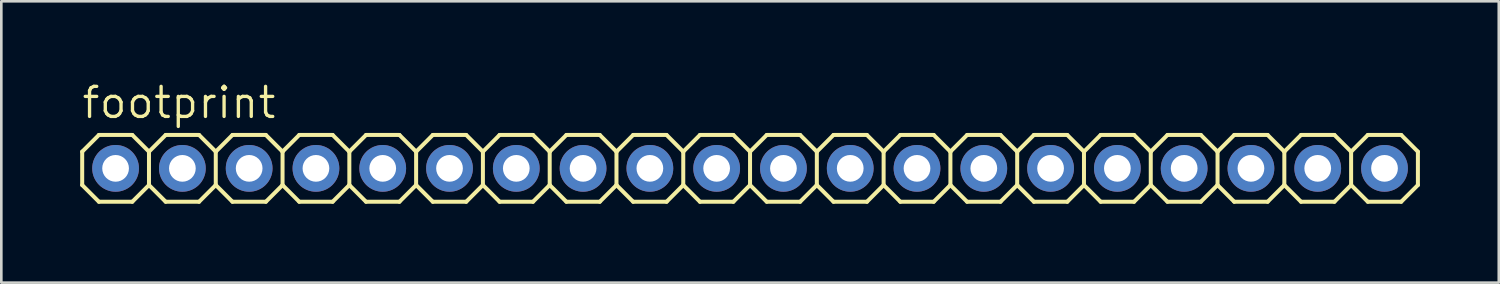
<source format=kicad_pcb>
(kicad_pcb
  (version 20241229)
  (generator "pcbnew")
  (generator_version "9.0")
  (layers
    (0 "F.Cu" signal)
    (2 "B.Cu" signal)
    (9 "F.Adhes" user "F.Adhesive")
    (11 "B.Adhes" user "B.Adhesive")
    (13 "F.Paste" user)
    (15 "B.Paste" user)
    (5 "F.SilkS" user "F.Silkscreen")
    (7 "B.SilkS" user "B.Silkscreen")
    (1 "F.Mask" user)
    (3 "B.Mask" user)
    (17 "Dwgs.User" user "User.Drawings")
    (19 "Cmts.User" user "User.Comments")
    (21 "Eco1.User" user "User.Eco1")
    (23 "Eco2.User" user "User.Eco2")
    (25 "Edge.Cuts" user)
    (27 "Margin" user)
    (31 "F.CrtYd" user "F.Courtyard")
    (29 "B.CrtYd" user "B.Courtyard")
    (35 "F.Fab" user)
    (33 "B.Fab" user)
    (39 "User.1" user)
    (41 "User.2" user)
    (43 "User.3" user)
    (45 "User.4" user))
  (footprint "footprint"
    (layer "F.Cu")
    (at 25.476 3.353)
    (property "Reference" "footprint" (at -25.476 -1.829 0) (layer "F.SilkS") (effects (font (size 1.143 1.143) (thickness 0.127)) (justify left bottom)))
    (fp_line (start -25.4 -0.635) (end -25.4 0.635) (stroke (width 0.152) (type solid)) (layer "F.SilkS"))
    (fp_line (start -25.4 0.635) (end -24.765 1.27) (stroke (width 0.152) (type solid)) (layer "F.SilkS"))
    (fp_line (start -24.765 -1.27) (end -25.4 -0.635) (stroke (width 0.152) (type solid)) (layer "F.SilkS"))
    (fp_line (start -24.765 -1.27) (end -23.495 -1.27) (stroke (width 0.152) (type solid)) (layer "F.SilkS"))
    (fp_line (start -23.495 -1.27) (end -22.86 -0.635) (stroke (width 0.152) (type solid)) (layer "F.SilkS"))
    (fp_line (start -23.495 1.27) (end -24.765 1.27) (stroke (width 0.152) (type solid)) (layer "F.SilkS"))
    (fp_line (start -22.86 -0.635) (end -22.86 0.635) (stroke (width 0.152) (type solid)) (layer "F.SilkS"))
    (fp_line (start -22.86 -0.635) (end -22.225 -1.27) (stroke (width 0.152) (type solid)) (layer "F.SilkS"))
    (fp_line (start -22.86 0.635) (end -23.495 1.27) (stroke (width 0.152) (type solid)) (layer "F.SilkS"))
    (fp_line (start -22.225 -1.27) (end -20.955 -1.27) (stroke (width 0.152) (type solid)) (layer "F.SilkS"))
    (fp_line (start -22.225 1.27) (end -22.86 0.635) (stroke (width 0.152) (type solid)) (layer "F.SilkS"))
    (fp_line (start -20.955 -1.27) (end -20.32 -0.635) (stroke (width 0.152) (type solid)) (layer "F.SilkS"))
    (fp_line (start -20.955 1.27) (end -22.225 1.27) (stroke (width 0.152) (type solid)) (layer "F.SilkS"))
    (fp_line (start -20.32 -0.635) (end -20.32 0.635) (stroke (width 0.152) (type solid)) (layer "F.SilkS"))
    (fp_line (start -20.32 -0.635) (end -19.685 -1.27) (stroke (width 0.152) (type solid)) (layer "F.SilkS"))
    (fp_line (start -20.32 0.635) (end -20.955 1.27) (stroke (width 0.152) (type solid)) (layer "F.SilkS"))
    (fp_line (start -19.685 -1.27) (end -18.415 -1.27) (stroke (width 0.152) (type solid)) (layer "F.SilkS"))
    (fp_line (start -19.685 1.27) (end -20.32 0.635) (stroke (width 0.152) (type solid)) (layer "F.SilkS"))
    (fp_line (start -18.415 -1.27) (end -17.78 -0.635) (stroke (width 0.152) (type solid)) (layer "F.SilkS"))
    (fp_line (start -18.415 1.27) (end -19.685 1.27) (stroke (width 0.152) (type solid)) (layer "F.SilkS"))
    (fp_line (start -17.78 -0.635) (end -17.78 0.635) (stroke (width 0.152) (type solid)) (layer "F.SilkS"))
    (fp_line (start -17.78 0.635) (end -18.415 1.27) (stroke (width 0.152) (type solid)) (layer "F.SilkS"))
    (fp_line (start -17.78 0.635) (end -17.145 1.27) (stroke (width 0.152) (type solid)) (layer "F.SilkS"))
    (fp_line (start -17.145 -1.27) (end -17.78 -0.635) (stroke (width 0.152) (type solid)) (layer "F.SilkS"))
    (fp_line (start -17.145 -1.27) (end -15.875 -1.27) (stroke (width 0.152) (type solid)) (layer "F.SilkS"))
    (fp_line (start -15.875 -1.27) (end -15.24 -0.635) (stroke (width 0.152) (type solid)) (layer "F.SilkS"))
    (fp_line (start -15.875 1.27) (end -17.145 1.27) (stroke (width 0.152) (type solid)) (layer "F.SilkS"))
    (fp_line (start -15.24 -0.635) (end -15.24 0.635) (stroke (width 0.152) (type solid)) (layer "F.SilkS"))
    (fp_line (start -15.24 -0.635) (end -14.605 -1.27) (stroke (width 0.152) (type solid)) (layer "F.SilkS"))
    (fp_line (start -15.24 0.635) (end -15.875 1.27) (stroke (width 0.152) (type solid)) (layer "F.SilkS"))
    (fp_line (start -14.605 -1.27) (end -13.335 -1.27) (stroke (width 0.152) (type solid)) (layer "F.SilkS"))
    (fp_line (start -14.605 1.27) (end -15.24 0.635) (stroke (width 0.152) (type solid)) (layer "F.SilkS"))
    (fp_line (start -13.335 -1.27) (end -12.7 -0.635) (stroke (width 0.152) (type solid)) (layer "F.SilkS"))
    (fp_line (start -13.335 1.27) (end -14.605 1.27) (stroke (width 0.152) (type solid)) (layer "F.SilkS"))
    (fp_line (start -12.7 -0.635) (end -12.7 0.635) (stroke (width 0.152) (type solid)) (layer "F.SilkS"))
    (fp_line (start -12.7 -0.635) (end -12.065 -1.27) (stroke (width 0.152) (type solid)) (layer "F.SilkS"))
    (fp_line (start -12.7 0.635) (end -13.335 1.27) (stroke (width 0.152) (type solid)) (layer "F.SilkS"))
    (fp_line (start -12.065 -1.27) (end -10.795 -1.27) (stroke (width 0.152) (type solid)) (layer "F.SilkS"))
    (fp_line (start -12.065 1.27) (end -12.7 0.635) (stroke (width 0.152) (type solid)) (layer "F.SilkS"))
    (fp_line (start -10.795 -1.27) (end -10.16 -0.635) (stroke (width 0.152) (type solid)) (layer "F.SilkS"))
    (fp_line (start -10.795 1.27) (end -12.065 1.27) (stroke (width 0.152) (type solid)) (layer "F.SilkS"))
    (fp_line (start -10.16 -0.635) (end -10.16 0.635) (stroke (width 0.152) (type solid)) (layer "F.SilkS"))
    (fp_line (start -10.16 0.635) (end -10.795 1.27) (stroke (width 0.152) (type solid)) (layer "F.SilkS"))
    (fp_line (start -10.16 0.635) (end -9.525 1.27) (stroke (width 0.152) (type solid)) (layer "F.SilkS"))
    (fp_line (start -9.525 -1.27) (end -10.16 -0.635) (stroke (width 0.152) (type solid)) (layer "F.SilkS"))
    (fp_line (start -9.525 -1.27) (end -8.255 -1.27) (stroke (width 0.152) (type solid)) (layer "F.SilkS"))
    (fp_line (start -8.255 -1.27) (end -7.62 -0.635) (stroke (width 0.152) (type solid)) (layer "F.SilkS"))
    (fp_line (start -8.255 1.27) (end -9.525 1.27) (stroke (width 0.152) (type solid)) (layer "F.SilkS"))
    (fp_line (start -7.62 -0.635) (end -7.62 0.635) (stroke (width 0.152) (type solid)) (layer "F.SilkS"))
    (fp_line (start -7.62 -0.635) (end -6.985 -1.27) (stroke (width 0.152) (type solid)) (layer "F.SilkS"))
    (fp_line (start -7.62 0.635) (end -8.255 1.27) (stroke (width 0.152) (type solid)) (layer "F.SilkS"))
    (fp_line (start -6.985 -1.27) (end -5.715 -1.27) (stroke (width 0.152) (type solid)) (layer "F.SilkS"))
    (fp_line (start -6.985 1.27) (end -7.62 0.635) (stroke (width 0.152) (type solid)) (layer "F.SilkS"))
    (fp_line (start -5.715 -1.27) (end -5.08 -0.635) (stroke (width 0.152) (type solid)) (layer "F.SilkS"))
    (fp_line (start -5.715 1.27) (end -6.985 1.27) (stroke (width 0.152) (type solid)) (layer "F.SilkS"))
    (fp_line (start -5.08 -0.635) (end -5.08 0.635) (stroke (width 0.152) (type solid)) (layer "F.SilkS"))
    (fp_line (start -5.08 -0.635) (end -4.445 -1.27) (stroke (width 0.152) (type solid)) (layer "F.SilkS"))
    (fp_line (start -5.08 0.635) (end -5.715 1.27) (stroke (width 0.152) (type solid)) (layer "F.SilkS"))
    (fp_line (start -4.445 -1.27) (end -3.175 -1.27) (stroke (width 0.152) (type solid)) (layer "F.SilkS"))
    (fp_line (start -4.445 1.27) (end -5.08 0.635) (stroke (width 0.152) (type solid)) (layer "F.SilkS"))
    (fp_line (start -3.175 -1.27) (end -2.54 -0.635) (stroke (width 0.152) (type solid)) (layer "F.SilkS"))
    (fp_line (start -3.175 1.27) (end -4.445 1.27) (stroke (width 0.152) (type solid)) (layer "F.SilkS"))
    (fp_line (start -2.54 -0.635) (end -2.54 0.635) (stroke (width 0.152) (type solid)) (layer "F.SilkS"))
    (fp_line (start -2.54 0.635) (end -3.175 1.27) (stroke (width 0.152) (type solid)) (layer "F.SilkS"))
    (fp_line (start -2.54 0.635) (end -1.905 1.27) (stroke (width 0.152) (type solid)) (layer "F.SilkS"))
    (fp_line (start -1.905 -1.27) (end -2.54 -0.635) (stroke (width 0.152) (type solid)) (layer "F.SilkS"))
    (fp_line (start -1.905 -1.27) (end -0.635 -1.27) (stroke (width 0.152) (type solid)) (layer "F.SilkS"))
    (fp_line (start -0.635 -1.27) (end 0 -0.635) (stroke (width 0.152) (type solid)) (layer "F.SilkS"))
    (fp_line (start -0.635 1.27) (end -1.905 1.27) (stroke (width 0.152) (type solid)) (layer "F.SilkS"))
    (fp_line (start 0 -0.635) (end 0 0.635) (stroke (width 0.152) (type solid)) (layer "F.SilkS"))
    (fp_line (start 0 -0.635) (end 0.635 -1.27) (stroke (width 0.152) (type solid)) (layer "F.SilkS"))
    (fp_line (start 0 0.635) (end -0.635 1.27) (stroke (width 0.152) (type solid)) (layer "F.SilkS"))
    (fp_line (start 0.635 -1.27) (end 1.905 -1.27) (stroke (width 0.152) (type solid)) (layer "F.SilkS"))
    (fp_line (start 0.635 1.27) (end 0 0.635) (stroke (width 0.152) (type solid)) (layer "F.SilkS"))
    (fp_line (start 1.905 -1.27) (end 2.54 -0.635) (stroke (width 0.152) (type solid)) (layer "F.SilkS"))
    (fp_line (start 1.905 1.27) (end 0.635 1.27) (stroke (width 0.152) (type solid)) (layer "F.SilkS"))
    (fp_line (start 2.54 -0.635) (end 2.54 0.635) (stroke (width 0.152) (type solid)) (layer "F.SilkS"))
    (fp_line (start 2.54 -0.635) (end 3.175 -1.27) (stroke (width 0.152) (type solid)) (layer "F.SilkS"))
    (fp_line (start 2.54 0.635) (end 1.905 1.27) (stroke (width 0.152) (type solid)) (layer "F.SilkS"))
    (fp_line (start 3.175 -1.27) (end 4.445 -1.27) (stroke (width 0.152) (type solid)) (layer "F.SilkS"))
    (fp_line (start 3.175 1.27) (end 2.54 0.635) (stroke (width 0.152) (type solid)) (layer "F.SilkS"))
    (fp_line (start 4.445 -1.27) (end 5.08 -0.635) (stroke (width 0.152) (type solid)) (layer "F.SilkS"))
    (fp_line (start 4.445 1.27) (end 3.175 1.27) (stroke (width 0.152) (type solid)) (layer "F.SilkS"))
    (fp_line (start 5.08 -0.635) (end 5.08 0.635) (stroke (width 0.152) (type solid)) (layer "F.SilkS"))
    (fp_line (start 5.08 0.635) (end 4.445 1.27) (stroke (width 0.152) (type solid)) (layer "F.SilkS"))
    (fp_line (start 5.08 0.635) (end 5.715 1.27) (stroke (width 0.152) (type solid)) (layer "F.SilkS"))
    (fp_line (start 5.715 -1.27) (end 5.08 -0.635) (stroke (width 0.152) (type solid)) (layer "F.SilkS"))
    (fp_line (start 5.715 -1.27) (end 6.985 -1.27) (stroke (width 0.152) (type solid)) (layer "F.SilkS"))
    (fp_line (start 6.985 -1.27) (end 7.62 -0.635) (stroke (width 0.152) (type solid)) (layer "F.SilkS"))
    (fp_line (start 6.985 1.27) (end 5.715 1.27) (stroke (width 0.152) (type solid)) (layer "F.SilkS"))
    (fp_line (start 7.62 -0.635) (end 7.62 0.635) (stroke (width 0.152) (type solid)) (layer "F.SilkS"))
    (fp_line (start 7.62 -0.635) (end 8.255 -1.27) (stroke (width 0.152) (type solid)) (layer "F.SilkS"))
    (fp_line (start 7.62 0.635) (end 6.985 1.27) (stroke (width 0.152) (type solid)) (layer "F.SilkS"))
    (fp_line (start 8.255 -1.27) (end 9.525 -1.27) (stroke (width 0.152) (type solid)) (layer "F.SilkS"))
    (fp_line (start 8.255 1.27) (end 7.62 0.635) (stroke (width 0.152) (type solid)) (layer "F.SilkS"))
    (fp_line (start 9.525 -1.27) (end 10.16 -0.635) (stroke (width 0.152) (type solid)) (layer "F.SilkS"))
    (fp_line (start 9.525 1.27) (end 8.255 1.27) (stroke (width 0.152) (type solid)) (layer "F.SilkS"))
    (fp_line (start 10.16 -0.635) (end 10.16 0.635) (stroke (width 0.152) (type solid)) (layer "F.SilkS"))
    (fp_line (start 10.16 -0.635) (end 10.795 -1.27) (stroke (width 0.152) (type solid)) (layer "F.SilkS"))
    (fp_line (start 10.16 0.635) (end 9.525 1.27) (stroke (width 0.152) (type solid)) (layer "F.SilkS"))
    (fp_line (start 10.795 -1.27) (end 12.065 -1.27) (stroke (width 0.152) (type solid)) (layer "F.SilkS"))
    (fp_line (start 10.795 1.27) (end 10.16 0.635) (stroke (width 0.152) (type solid)) (layer "F.SilkS"))
    (fp_line (start 12.065 -1.27) (end 12.7 -0.635) (stroke (width 0.152) (type solid)) (layer "F.SilkS"))
    (fp_line (start 12.065 1.27) (end 10.795 1.27) (stroke (width 0.152) (type solid)) (layer "F.SilkS"))
    (fp_line (start 12.7 -0.635) (end 12.7 0.635) (stroke (width 0.152) (type solid)) (layer "F.SilkS"))
    (fp_line (start 12.7 0.635) (end 12.065 1.27) (stroke (width 0.152) (type solid)) (layer "F.SilkS"))
    (fp_line (start 12.7 0.635) (end 13.335 1.27) (stroke (width 0.152) (type solid)) (layer "F.SilkS"))
    (fp_line (start 13.335 -1.27) (end 12.7 -0.635) (stroke (width 0.152) (type solid)) (layer "F.SilkS"))
    (fp_line (start 13.335 -1.27) (end 14.605 -1.27) (stroke (width 0.152) (type solid)) (layer "F.SilkS"))
    (fp_line (start 14.605 -1.27) (end 15.24 -0.635) (stroke (width 0.152) (type solid)) (layer "F.SilkS"))
    (fp_line (start 14.605 1.27) (end 13.335 1.27) (stroke (width 0.152) (type solid)) (layer "F.SilkS"))
    (fp_line (start 15.24 -0.635) (end 15.24 0.635) (stroke (width 0.152) (type solid)) (layer "F.SilkS"))
    (fp_line (start 15.24 -0.635) (end 15.875 -1.27) (stroke (width 0.152) (type solid)) (layer "F.SilkS"))
    (fp_line (start 15.24 0.635) (end 14.605 1.27) (stroke (width 0.152) (type solid)) (layer "F.SilkS"))
    (fp_line (start 15.875 -1.27) (end 17.145 -1.27) (stroke (width 0.152) (type solid)) (layer "F.SilkS"))
    (fp_line (start 15.875 1.27) (end 15.24 0.635) (stroke (width 0.152) (type solid)) (layer "F.SilkS"))
    (fp_line (start 17.145 -1.27) (end 17.78 -0.635) (stroke (width 0.152) (type solid)) (layer "F.SilkS"))
    (fp_line (start 17.145 1.27) (end 15.875 1.27) (stroke (width 0.152) (type solid)) (layer "F.SilkS"))
    (fp_line (start 17.78 -0.635) (end 17.78 0.635) (stroke (width 0.152) (type solid)) (layer "F.SilkS"))
    (fp_line (start 17.78 -0.635) (end 18.415 -1.27) (stroke (width 0.152) (type solid)) (layer "F.SilkS"))
    (fp_line (start 17.78 0.635) (end 17.145 1.27) (stroke (width 0.152) (type solid)) (layer "F.SilkS"))
    (fp_line (start 18.415 -1.27) (end 19.685 -1.27) (stroke (width 0.152) (type solid)) (layer "F.SilkS"))
    (fp_line (start 18.415 1.27) (end 17.78 0.635) (stroke (width 0.152) (type solid)) (layer "F.SilkS"))
    (fp_line (start 19.685 -1.27) (end 20.32 -0.635) (stroke (width 0.152) (type solid)) (layer "F.SilkS"))
    (fp_line (start 19.685 1.27) (end 18.415 1.27) (stroke (width 0.152) (type solid)) (layer "F.SilkS"))
    (fp_line (start 20.32 -0.635) (end 20.32 0.635) (stroke (width 0.152) (type solid)) (layer "F.SilkS"))
    (fp_line (start 20.32 0.635) (end 19.685 1.27) (stroke (width 0.152) (type solid)) (layer "F.SilkS"))
    (fp_line (start 20.32 0.635) (end 20.955 1.27) (stroke (width 0.152) (type solid)) (layer "F.SilkS"))
    (fp_line (start 20.955 -1.27) (end 20.32 -0.635) (stroke (width 0.152) (type solid)) (layer "F.SilkS"))
    (fp_line (start 20.955 -1.27) (end 22.225 -1.27) (stroke (width 0.152) (type solid)) (layer "F.SilkS"))
    (fp_line (start 22.225 -1.27) (end 22.86 -0.635) (stroke (width 0.152) (type solid)) (layer "F.SilkS"))
    (fp_line (start 22.225 1.27) (end 20.955 1.27) (stroke (width 0.152) (type solid)) (layer "F.SilkS"))
    (fp_line (start 22.86 -0.635) (end 22.86 0.635) (stroke (width 0.152) (type solid)) (layer "F.SilkS"))
    (fp_line (start 22.86 0.635) (end 22.225 1.27) (stroke (width 0.152) (type solid)) (layer "F.SilkS"))
    (fp_line (start 22.86 0.635) (end 23.495 1.27) (stroke (width 0.152) (type solid)) (layer "F.SilkS"))
    (fp_line (start 23.495 -1.27) (end 22.86 -0.635) (stroke (width 0.152) (type solid)) (layer "F.SilkS"))
    (fp_line (start 23.495 -1.27) (end 24.765 -1.27) (stroke (width 0.152) (type solid)) (layer "F.SilkS"))
    (fp_line (start 24.765 -1.27) (end 25.4 -0.635) (stroke (width 0.152) (type solid)) (layer "F.SilkS"))
    (fp_line (start 24.765 1.27) (end 23.495 1.27) (stroke (width 0.152) (type solid)) (layer "F.SilkS"))
    (fp_line (start 25.4 -0.635) (end 25.4 0.635) (stroke (width 0.152) (type solid)) (layer "F.SilkS"))
    (fp_line (start 25.4 0.635) (end 24.765 1.27) (stroke (width 0.152) (type solid)) (layer "F.SilkS"))
    (fp_poly (pts (xy -24.384 0.254) (xy -23.876 0.254) (xy -23.876 -0.254) (xy -24.384 -0.254)) (stroke (width 0.1) (type solid)) (fill no) (layer "F.Fab"))
    (fp_poly (pts (xy -21.844 0.254) (xy -21.336 0.254) (xy -21.336 -0.254) (xy -21.844 -0.254)) (stroke (width 0.1) (type solid)) (fill no) (layer "F.Fab"))
    (fp_poly (pts (xy -19.304 0.254) (xy -18.796 0.254) (xy -18.796 -0.254) (xy -19.304 -0.254)) (stroke (width 0.1) (type solid)) (fill no) (layer "F.Fab"))
    (fp_poly (pts (xy -16.764 0.254) (xy -16.256 0.254) (xy -16.256 -0.254) (xy -16.764 -0.254)) (stroke (width 0.1) (type solid)) (fill no) (layer "F.Fab"))
    (fp_poly (pts (xy -14.224 0.254) (xy -13.716 0.254) (xy -13.716 -0.254) (xy -14.224 -0.254)) (stroke (width 0.1) (type solid)) (fill no) (layer "F.Fab"))
    (fp_poly (pts (xy -11.684 0.254) (xy -11.176 0.254) (xy -11.176 -0.254) (xy -11.684 -0.254)) (stroke (width 0.1) (type solid)) (fill no) (layer "F.Fab"))
    (fp_poly (pts (xy -9.144 0.254) (xy -8.636 0.254) (xy -8.636 -0.254) (xy -9.144 -0.254)) (stroke (width 0.1) (type solid)) (fill no) (layer "F.Fab"))
    (fp_poly (pts (xy -6.604 0.254) (xy -6.096 0.254) (xy -6.096 -0.254) (xy -6.604 -0.254)) (stroke (width 0.1) (type solid)) (fill no) (layer "F.Fab"))
    (fp_poly (pts (xy -4.064 0.254) (xy -3.556 0.254) (xy -3.556 -0.254) (xy -4.064 -0.254)) (stroke (width 0.1) (type solid)) (fill no) (layer "F.Fab"))
    (fp_poly (pts (xy -1.524 0.254) (xy -1.016 0.254) (xy -1.016 -0.254) (xy -1.524 -0.254)) (stroke (width 0.1) (type solid)) (fill no) (layer "F.Fab"))
    (fp_poly (pts (xy 1.016 0.254) (xy 1.524 0.254) (xy 1.524 -0.254) (xy 1.016 -0.254)) (stroke (width 0.1) (type solid)) (fill no) (layer "F.Fab"))
    (fp_poly (pts (xy 3.556 0.254) (xy 4.064 0.254) (xy 4.064 -0.254) (xy 3.556 -0.254)) (stroke (width 0.1) (type solid)) (fill no) (layer "F.Fab"))
    (fp_poly (pts (xy 6.096 0.254) (xy 6.604 0.254) (xy 6.604 -0.254) (xy 6.096 -0.254)) (stroke (width 0.1) (type solid)) (fill no) (layer "F.Fab"))
    (fp_poly (pts (xy 8.636 0.254) (xy 9.144 0.254) (xy 9.144 -0.254) (xy 8.636 -0.254)) (stroke (width 0.1) (type solid)) (fill no) (layer "F.Fab"))
    (fp_poly (pts (xy 11.176 0.254) (xy 11.684 0.254) (xy 11.684 -0.254) (xy 11.176 -0.254)) (stroke (width 0.1) (type solid)) (fill no) (layer "F.Fab"))
    (fp_poly (pts (xy 13.716 0.254) (xy 14.224 0.254) (xy 14.224 -0.254) (xy 13.716 -0.254)) (stroke (width 0.1) (type solid)) (fill no) (layer "F.Fab"))
    (fp_poly (pts (xy 16.256 0.254) (xy 16.764 0.254) (xy 16.764 -0.254) (xy 16.256 -0.254)) (stroke (width 0.1) (type solid)) (fill no) (layer "F.Fab"))
    (fp_poly (pts (xy 18.796 0.254) (xy 19.304 0.254) (xy 19.304 -0.254) (xy 18.796 -0.254)) (stroke (width 0.1) (type solid)) (fill no) (layer "F.Fab"))
    (fp_poly (pts (xy 21.336 0.254) (xy 21.844 0.254) (xy 21.844 -0.254) (xy 21.336 -0.254)) (stroke (width 0.1) (type solid)) (fill no) (layer "F.Fab"))
    (fp_poly (pts (xy 23.876 0.254) (xy 24.384 0.254) (xy 24.384 -0.254) (xy 23.876 -0.254)) (stroke (width 0.1) (type solid)) (fill no) (layer "F.Fab"))
    (pad "1" thru_hole circle (at -24.13 0 90) (size 1.778 1.778) (drill 1.016) (layers "*.Cu" "*.Mask"))
    (pad "2" thru_hole circle (at -21.59 0 90) (size 1.778 1.778) (drill 1.016) (layers "*.Cu" "*.Mask"))
    (pad "3" thru_hole circle (at -19.05 0 90) (size 1.778 1.778) (drill 1.016) (layers "*.Cu" "*.Mask"))
    (pad "4" thru_hole circle (at -16.51 0 90) (size 1.778 1.778) (drill 1.016) (layers "*.Cu" "*.Mask"))
    (pad "5" thru_hole circle (at -13.97 0 90) (size 1.778 1.778) (drill 1.016) (layers "*.Cu" "*.Mask"))
    (pad "6" thru_hole circle (at -11.43 0 90) (size 1.778 1.778) (drill 1.016) (layers "*.Cu" "*.Mask"))
    (pad "7" thru_hole circle (at -8.89 0 90) (size 1.778 1.778) (drill 1.016) (layers "*.Cu" "*.Mask"))
    (pad "8" thru_hole circle (at -6.35 0 90) (size 1.778 1.778) (drill 1.016) (layers "*.Cu" "*.Mask"))
    (pad "9" thru_hole circle (at -3.81 0 90) (size 1.778 1.778) (drill 1.016) (layers "*.Cu" "*.Mask"))
    (pad "10" thru_hole circle (at -1.27 0 90) (size 1.778 1.778) (drill 1.016) (layers "*.Cu" "*.Mask"))
    (pad "11" thru_hole circle (at 1.27 0 90) (size 1.778 1.778) (drill 1.016) (layers "*.Cu" "*.Mask"))
    (pad "12" thru_hole circle (at 3.81 0 90) (size 1.778 1.778) (drill 1.016) (layers "*.Cu" "*.Mask"))
    (pad "13" thru_hole circle (at 6.35 0 90) (size 1.778 1.778) (drill 1.016) (layers "*.Cu" "*.Mask"))
    (pad "14" thru_hole circle (at 8.89 0 90) (size 1.778 1.778) (drill 1.016) (layers "*.Cu" "*.Mask"))
    (pad "15" thru_hole circle (at 11.43 0 90) (size 1.778 1.778) (drill 1.016) (layers "*.Cu" "*.Mask"))
    (pad "16" thru_hole circle (at 13.97 0 90) (size 1.778 1.778) (drill 1.016) (layers "*.Cu" "*.Mask"))
    (pad "17" thru_hole circle (at 16.51 0 90) (size 1.778 1.778) (drill 1.016) (layers "*.Cu" "*.Mask"))
    (pad "18" thru_hole circle (at 19.05 0 90) (size 1.778 1.778) (drill 1.016) (layers "*.Cu" "*.Mask"))
    (pad "19" thru_hole circle (at 21.59 0 90) (size 1.778 1.778) (drill 1.016) (layers "*.Cu" "*.Mask"))
    (pad "20" thru_hole circle (at 24.13 0 90) (size 1.778 1.778) (drill 1.016) (layers "*.Cu" "*.Mask")))
  (gr_rect
    (start -3 -3)
    (end 53.952 7.699)
    (stroke (width 0.1) (type default))
    (fill no)
    (layer "Edge.Cuts")))
</source>
